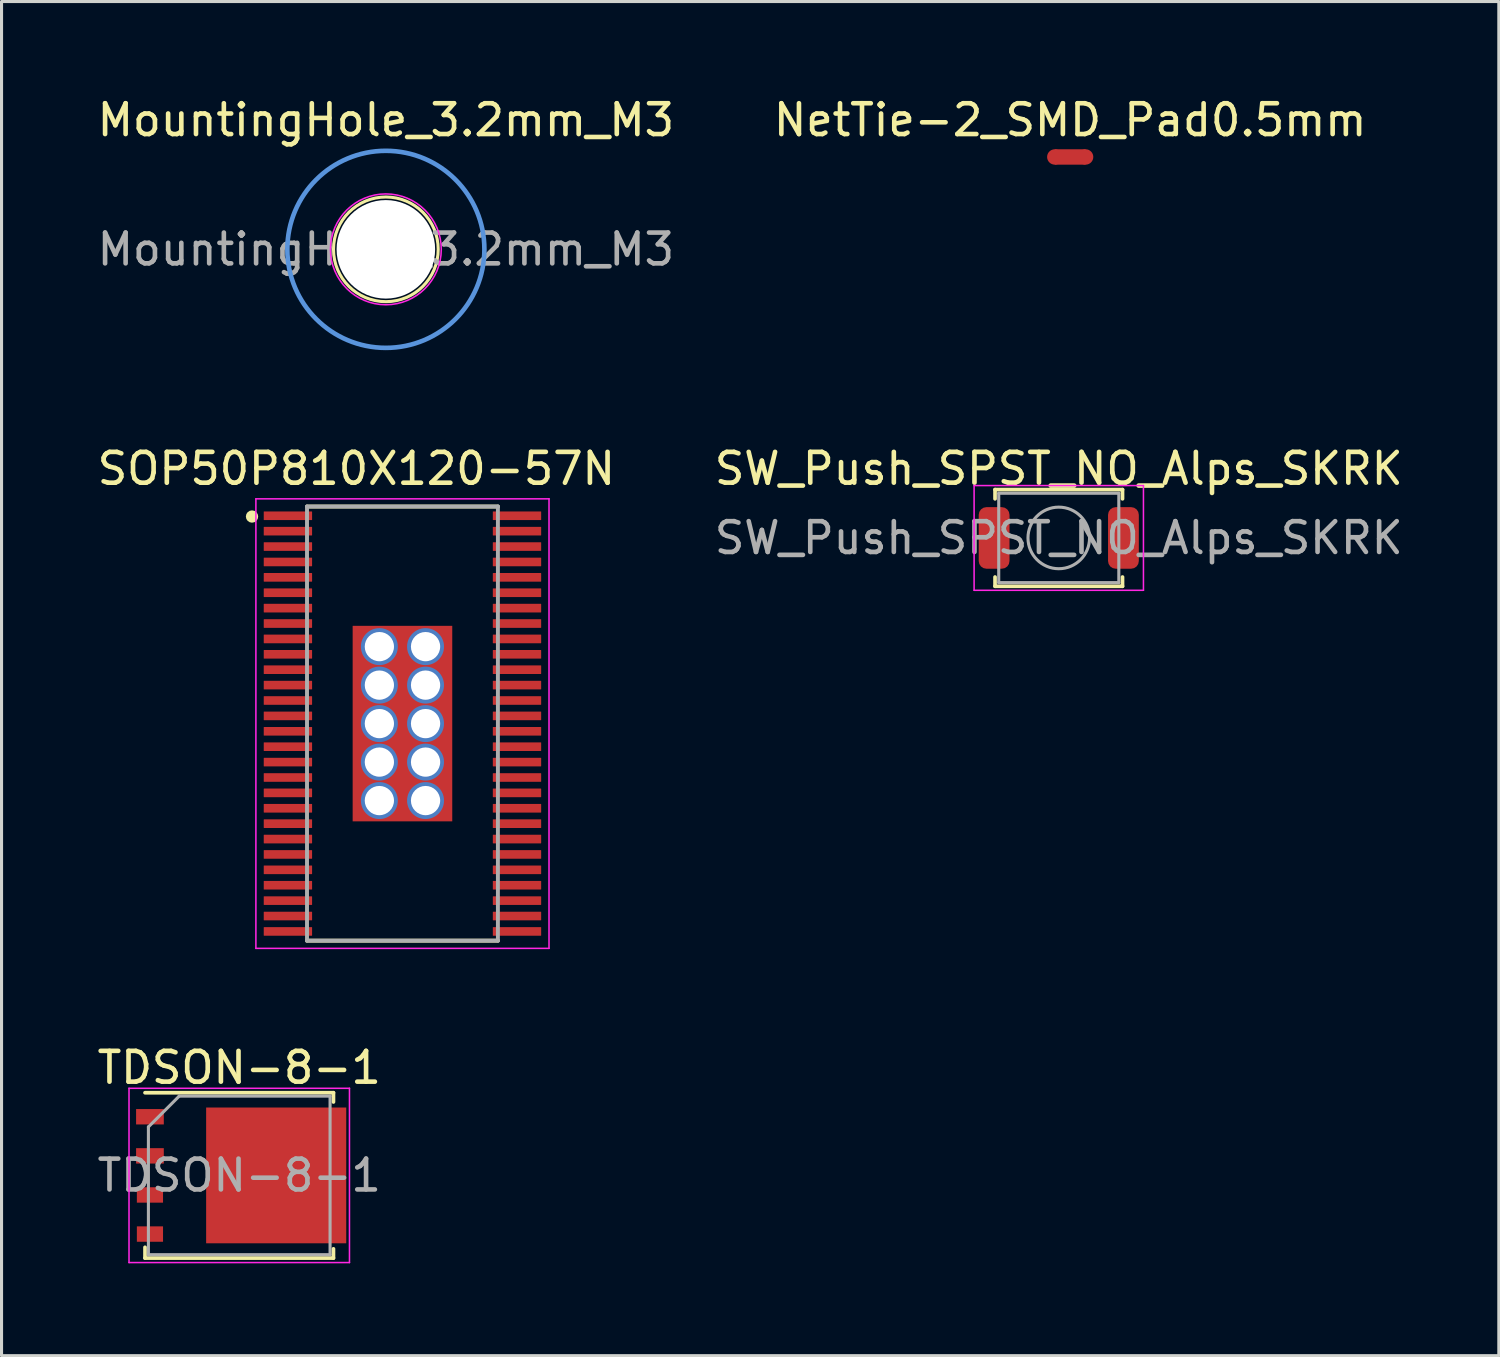
<source format=kicad_pcb>
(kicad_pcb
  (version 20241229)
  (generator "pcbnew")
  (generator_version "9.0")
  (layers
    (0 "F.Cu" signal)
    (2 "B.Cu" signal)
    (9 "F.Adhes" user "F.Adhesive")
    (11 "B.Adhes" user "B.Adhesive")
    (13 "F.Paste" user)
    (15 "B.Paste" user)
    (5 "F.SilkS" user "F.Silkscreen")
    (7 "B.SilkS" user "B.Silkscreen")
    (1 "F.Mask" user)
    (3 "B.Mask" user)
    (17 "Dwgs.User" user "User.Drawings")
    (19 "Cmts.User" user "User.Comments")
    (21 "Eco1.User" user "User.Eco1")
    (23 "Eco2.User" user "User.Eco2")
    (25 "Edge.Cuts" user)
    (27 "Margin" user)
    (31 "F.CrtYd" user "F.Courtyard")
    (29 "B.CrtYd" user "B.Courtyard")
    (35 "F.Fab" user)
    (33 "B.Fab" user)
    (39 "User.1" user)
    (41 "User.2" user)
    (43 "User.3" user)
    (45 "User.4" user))
  (footprint "MountingHole_3.2mm_M3"
    (layer "F.Cu")
    (at 9.482 5.048)
    (property "Reference" "MountingHole_3.2mm_M3" (at 0 -4.2 0) (layer "F.SilkS") (effects (font (size 1 1) (thickness 0.15))))
    (attr exclude_from_pos_files exclude_from_bom)
    (fp_circle (center 0 0) (end 1.7 0) (stroke (width 0.1) (type default)) (fill no) (layer "F.SilkS"))
    (fp_circle (center 0 0) (end 3.2 0) (stroke (width 0.15) (type solid)) (fill no) (layer "Cmts.User"))
    (fp_circle (center 0 0) (end 1.8 0) (stroke (width 0.05) (type solid)) (fill no) (layer "F.CrtYd"))
    (fp_text user "${REFERENCE}" (at 0 0 0) (layer "F.Fab") (effects (font (size 1 1) (thickness 0.15))))
    (pad "" np_thru_hole circle (at 0 0) (size 3.2 3.2) (drill 3.2) (layers "*.Cu" "*.Mask")))
  (footprint "TDSON-8-1"
    (layer "F.Cu")
    (at 4.72 35.125)
    (property "Reference" "TDSON-8-1" (at 0 -3.5 0) (layer "F.SilkS") (effects (font (size 1 1) (thickness 0.15))))
    (attr smd)
    (fp_line (start -3.06 2.335) (end -3.06 2.685) (stroke (width 0.12) (type solid)) (layer "F.SilkS"))
    (fp_line (start 3.06 -2.685) (end -3.06 -2.685) (stroke (width 0.12) (type solid)) (layer "F.SilkS"))
    (fp_line (start 3.06 -2.385) (end 3.06 -2.685) (stroke (width 0.12) (type solid)) (layer "F.SilkS"))
    (fp_line (start 3.06 2.385) (end 3.06 2.685) (stroke (width 0.12) (type solid)) (layer "F.SilkS"))
    (fp_line (start 3.06 2.685) (end -3.06 2.685) (stroke (width 0.12) (type solid)) (layer "F.SilkS"))
    (fp_line (start -3.58 -2.83) (end -3.58 2.83) (stroke (width 0.05) (type solid)) (layer "F.CrtYd"))
    (fp_line (start -3.58 2.83) (end 3.58 2.83) (stroke (width 0.05) (type solid)) (layer "F.CrtYd"))
    (fp_line (start 3.58 -2.83) (end -3.58 -2.83) (stroke (width 0.05) (type solid)) (layer "F.CrtYd"))
    (fp_line (start 3.58 2.83) (end 3.58 -2.83) (stroke (width 0.05) (type solid)) (layer "F.CrtYd"))
    (fp_line (start -2.95 2.575) (end -2.95 -1.575) (stroke (width 0.1) (type solid)) (layer "F.Fab"))
    (fp_line (start -1.95 -2.575) (end -2.95 -1.575) (stroke (width 0.1) (type solid)) (layer "F.Fab"))
    (fp_line (start -1.95 -2.575) (end 2.95 -2.575) (stroke (width 0.1) (type solid)) (layer "F.Fab"))
    (fp_line (start 2.95 -2.575) (end 2.95 2.575) (stroke (width 0.1) (type solid)) (layer "F.Fab"))
    (fp_line (start 2.95 2.575) (end -2.95 2.575) (stroke (width 0.1) (type solid)) (layer "F.Fab"))
    (fp_text user "${REFERENCE}" (at 0 0 0) (layer "F.Fab") (effects (font (size 1 1) (thickness 0.15))))
    (pad "" smd rect (at 0 -0.85) (size 1.3 1.5) (layers "F.Paste"))
    (pad "" smd rect (at 0 0.85) (size 1.3 1.5) (layers "F.Paste"))
    (pad "" smd custom (at 0.85 0) (size 3.75 4.41) (layers "F.Mask") (options (anchor rect)) (primitives (gr_poly (pts (xy 2.675 -1.605) (xy 1.875 -1.605) (xy 1.875 -2.205) (xy 2.675 -2.205)) (width 0) (fill yes)) (gr_poly (pts (xy 2.675 -0.335) (xy 1.875 -0.335) (xy 1.875 -0.935) (xy 2.675 -0.935)) (width 0) (fill yes)) (gr_poly (pts (xy 2.675 0.935) (xy 1.875 0.935) (xy 1.875 0.335) (xy 2.675 0.335)) (width 0) (fill yes)) (gr_poly (pts (xy 2.675 2.205) (xy 1.875 2.205) (xy 1.875 1.605) (xy 2.675 1.605)) (width 0) (fill yes))))
    (pad "" smd rect (at 1.7 -0.85) (size 1.3 1.5) (layers "F.Paste"))
    (pad "" smd rect (at 1.7 0.85) (size 1.3 1.5) (layers "F.Paste"))
    (pad "" smd rect (at 3 -1.905) (size 0.9 0.5) (layers "F.Paste"))
    (pad "" smd rect (at 3 -0.635) (size 0.95 0.5) (layers "F.Paste"))
    (pad "" smd rect (at 3 0.635) (size 0.95 0.5) (layers "F.Paste"))
    (pad "" smd rect (at 3 1.905) (size 0.95 0.5) (layers "F.Paste"))
    (pad "1" smd rect (at -2.9 -1.905) (size 0.9 0.5) (layers "F.Cu" "F.Mask" "F.Paste"))
    (pad "2" smd rect (at -2.9 -0.635) (size 0.9 0.5) (layers "F.Cu" "F.Mask" "F.Paste"))
    (pad "3" smd rect (at -2.9 0.635) (size 0.85 0.5) (layers "F.Cu" "F.Mask" "F.Paste"))
    (pad "4" smd rect (at -2.9 1.905) (size 0.85 0.5) (layers "F.Cu" "F.Mask" "F.Paste"))
    (pad "5" smd rect (at 1.2 0) (size 4.55 4.41) (layers "F.Cu")))
  (footprint "SW_Push_SPST_NO_Alps_SKRK"
    (layer "F.Cu")
    (at 31.337 14.421)
    (property "Reference" "SW_Push_SPST_NO_Alps_SKRK" (at 0 -2.25 0) (layer "F.SilkS") (effects (font (size 1 1) (thickness 0.15))))
    (attr smd)
    (fp_line (start -2.07 -1.57) (end 2.07 -1.57) (stroke (width 0.12) (type solid)) (layer "F.SilkS"))
    (fp_line (start -2.07 -1.27) (end -2.07 -1.57) (stroke (width 0.12) (type solid)) (layer "F.SilkS"))
    (fp_line (start -2.07 1.57) (end -2.07 1.27) (stroke (width 0.12) (type solid)) (layer "F.SilkS"))
    (fp_line (start 2.07 -1.57) (end 2.07 -1.27) (stroke (width 0.12) (type solid)) (layer "F.SilkS"))
    (fp_line (start 2.07 1.27) (end 2.07 1.57) (stroke (width 0.12) (type solid)) (layer "F.SilkS"))
    (fp_line (start 2.07 1.57) (end -2.07 1.57) (stroke (width 0.12) (type solid)) (layer "F.SilkS"))
    (fp_line (start -2.75 -1.7) (end 2.75 -1.7) (stroke (width 0.05) (type solid)) (layer "F.CrtYd"))
    (fp_line (start -2.75 1.7) (end -2.75 -1.7) (stroke (width 0.05) (type solid)) (layer "F.CrtYd"))
    (fp_line (start 2.75 -1.7) (end 2.75 1.7) (stroke (width 0.05) (type solid)) (layer "F.CrtYd"))
    (fp_line (start 2.75 1.7) (end -2.75 1.7) (stroke (width 0.05) (type solid)) (layer "F.CrtYd"))
    (fp_line (start -1.95 -1.45) (end 1.95 -1.45) (stroke (width 0.1) (type solid)) (layer "F.Fab"))
    (fp_line (start -1.95 1.45) (end -1.95 -1.45) (stroke (width 0.1) (type solid)) (layer "F.Fab"))
    (fp_line (start 1.95 -1.45) (end 1.95 1.45) (stroke (width 0.1) (type solid)) (layer "F.Fab"))
    (fp_line (start 1.95 1.45) (end -1.95 1.45) (stroke (width 0.1) (type solid)) (layer "F.Fab"))
    (fp_circle (center 0 0) (end 1 0) (stroke (width 0.1) (type solid)) (fill no) (layer "F.Fab"))
    (fp_text user "${REFERENCE}" (at 0 0 0) (layer "F.Fab") (effects (font (size 1 1) (thickness 0.15))))
    (pad "1" smd roundrect (at -2.1 0) (size 1 2) (layers "F.Cu" "F.Mask" "F.Paste") (roundrect_rratio 0.25))
    (pad "2" smd roundrect (at 2.1 0) (size 1 2) (layers "F.Cu" "F.Mask" "F.Paste") (roundrect_rratio 0.25)))
  (footprint "NetTie-2_SMD_Pad0.5mm"
    (layer "F.Cu")
    (at 31.708 2.048)
    (property "Reference" "NetTie-2_SMD_Pad0.5mm" (at 0 -1.2 0) (layer "F.SilkS") (effects (font (size 1 1) (thickness 0.15))))
    (attr exclude_from_pos_files exclude_from_bom)
    (fp_poly (pts (xy -0.5 -0.25) (xy 0.5 -0.25) (xy 0.5 0.25) (xy -0.5 0.25)) (stroke (width 0) (type solid)) (fill yes) (layer "F.Cu"))
    (pad "1" smd circle (at -0.5 0) (size 0.5 0.5) (layers "F.Cu"))
    (pad "2" smd circle (at 0.5 0) (size 0.5 0.5) (layers "F.Cu")))
  (footprint "SOP50P810X120-57N"
    (layer "F.Cu")
    (at 10.021 20.451)
    (property "Reference" "SOP50P810X120-57N" (at -1.498 -8.279 0) (layer "F.SilkS") (effects (font (size 1.002 1.002) (thickness 0.15))))
    (attr smd)
    (fp_line (start -3.1 -7.05) (end 3.1 -7.05) (stroke (width 0.127) (type solid)) (layer "F.SilkS"))
    (fp_line (start -3.1 7.05) (end 3.1 7.05) (stroke (width 0.127) (type solid)) (layer "F.SilkS"))
    (fp_circle (center -4.886 -6.725) (end -4.786 -6.725) (stroke (width 0.2) (type solid)) (fill no) (layer "F.SilkS"))
    (fp_poly (pts (xy -1.024 -2) (xy 1.023 -2) (xy 1.023 2.003) (xy -1.024 2.003)) (stroke (width 0.01) (type solid)) (fill yes) (layer "F.Paste"))
    (fp_line (start -4.76 -7.3) (end -4.76 7.3) (stroke (width 0.05) (type solid)) (layer "F.CrtYd"))
    (fp_line (start -4.76 -7.3) (end 4.76 -7.3) (stroke (width 0.05) (type solid)) (layer "F.CrtYd"))
    (fp_line (start -4.76 7.3) (end 4.76 7.3) (stroke (width 0.05) (type solid)) (layer "F.CrtYd"))
    (fp_line (start 4.76 -7.3) (end 4.76 7.3) (stroke (width 0.05) (type solid)) (layer "F.CrtYd"))
    (fp_line (start -3.1 -7.05) (end -3.1 7.05) (stroke (width 0.127) (type solid)) (layer "F.Fab"))
    (fp_line (start -3.1 -7.05) (end 3.1 -7.05) (stroke (width 0.127) (type solid)) (layer "F.Fab"))
    (fp_line (start -3.1 7.05) (end 3.1 7.05) (stroke (width 0.127) (type solid)) (layer "F.Fab"))
    (fp_line (start 3.1 -7.05) (end 3.1 7.05) (stroke (width 0.127) (type solid)) (layer "F.Fab"))
    (pad "1" smd roundrect (at -3.72 -6.75) (size 1.57 0.28) (layers "F.Cu" "F.Mask" "F.Paste") (roundrect_rratio 0.04))
    (pad "2" smd roundrect (at -3.72 -6.25) (size 1.57 0.28) (layers "F.Cu" "F.Mask" "F.Paste") (roundrect_rratio 0.04))
    (pad "3" smd roundrect (at -3.72 -5.75) (size 1.57 0.28) (layers "F.Cu" "F.Mask" "F.Paste") (roundrect_rratio 0.04))
    (pad "4" smd roundrect (at -3.72 -5.25) (size 1.57 0.28) (layers "F.Cu" "F.Mask" "F.Paste") (roundrect_rratio 0.04))
    (pad "5" smd roundrect (at -3.72 -4.75) (size 1.57 0.28) (layers "F.Cu" "F.Mask" "F.Paste") (roundrect_rratio 0.04))
    (pad "6" smd roundrect (at -3.72 -4.25) (size 1.57 0.28) (layers "F.Cu" "F.Mask" "F.Paste") (roundrect_rratio 0.04))
    (pad "7" smd roundrect (at -3.72 -3.75) (size 1.57 0.28) (layers "F.Cu" "F.Mask" "F.Paste") (roundrect_rratio 0.04))
    (pad "8" smd roundrect (at -3.72 -3.25) (size 1.57 0.28) (layers "F.Cu" "F.Mask" "F.Paste") (roundrect_rratio 0.04))
    (pad "9" smd roundrect (at -3.72 -2.75) (size 1.57 0.28) (layers "F.Cu" "F.Mask" "F.Paste") (roundrect_rratio 0.04))
    (pad "10" smd roundrect (at -3.72 -2.25) (size 1.57 0.28) (layers "F.Cu" "F.Mask" "F.Paste") (roundrect_rratio 0.04))
    (pad "11" smd roundrect (at -3.72 -1.75) (size 1.57 0.28) (layers "F.Cu" "F.Mask" "F.Paste") (roundrect_rratio 0.04))
    (pad "12" smd roundrect (at -3.72 -1.25) (size 1.57 0.28) (layers "F.Cu" "F.Mask" "F.Paste") (roundrect_rratio 0.04))
    (pad "13" smd roundrect (at -3.72 -0.75) (size 1.57 0.28) (layers "F.Cu" "F.Mask" "F.Paste") (roundrect_rratio 0.04))
    (pad "14" smd roundrect (at -3.72 -0.25) (size 1.57 0.28) (layers "F.Cu" "F.Mask" "F.Paste") (roundrect_rratio 0.04))
    (pad "15" smd roundrect (at -3.72 0.25) (size 1.57 0.28) (layers "F.Cu" "F.Mask" "F.Paste") (roundrect_rratio 0.04))
    (pad "16" smd roundrect (at -3.72 0.75) (size 1.57 0.28) (layers "F.Cu" "F.Mask" "F.Paste") (roundrect_rratio 0.04))
    (pad "17" smd roundrect (at -3.72 1.25) (size 1.57 0.28) (layers "F.Cu" "F.Mask" "F.Paste") (roundrect_rratio 0.04))
    (pad "18" smd roundrect (at -3.72 1.75) (size 1.57 0.28) (layers "F.Cu" "F.Mask" "F.Paste") (roundrect_rratio 0.04))
    (pad "19" smd roundrect (at -3.72 2.25) (size 1.57 0.28) (layers "F.Cu" "F.Mask" "F.Paste") (roundrect_rratio 0.04))
    (pad "20" smd roundrect (at -3.72 2.75) (size 1.57 0.28) (layers "F.Cu" "F.Mask" "F.Paste") (roundrect_rratio 0.04))
    (pad "21" smd roundrect (at -3.72 3.25) (size 1.57 0.28) (layers "F.Cu" "F.Mask" "F.Paste") (roundrect_rratio 0.04))
    (pad "22" smd roundrect (at -3.72 3.75) (size 1.57 0.28) (layers "F.Cu" "F.Mask" "F.Paste") (roundrect_rratio 0.04))
    (pad "23" smd roundrect (at -3.72 4.25) (size 1.57 0.28) (layers "F.Cu" "F.Mask" "F.Paste") (roundrect_rratio 0.04))
    (pad "24" smd roundrect (at -3.72 4.75) (size 1.57 0.28) (layers "F.Cu" "F.Mask" "F.Paste") (roundrect_rratio 0.04))
    (pad "25" smd roundrect (at -3.72 5.25) (size 1.57 0.28) (layers "F.Cu" "F.Mask" "F.Paste") (roundrect_rratio 0.04))
    (pad "26" smd roundrect (at -3.72 5.75) (size 1.57 0.28) (layers "F.Cu" "F.Mask" "F.Paste") (roundrect_rratio 0.04))
    (pad "27" smd roundrect (at -3.72 6.25) (size 1.57 0.28) (layers "F.Cu" "F.Mask" "F.Paste") (roundrect_rratio 0.04))
    (pad "28" smd roundrect (at -3.72 6.75) (size 1.57 0.28) (layers "F.Cu" "F.Mask" "F.Paste") (roundrect_rratio 0.04))
    (pad "29" smd roundrect (at 3.72 6.75) (size 1.57 0.28) (layers "F.Cu" "F.Mask" "F.Paste") (roundrect_rratio 0.04))
    (pad "30" smd roundrect (at 3.72 6.25) (size 1.57 0.28) (layers "F.Cu" "F.Mask" "F.Paste") (roundrect_rratio 0.04))
    (pad "31" smd roundrect (at 3.72 5.75) (size 1.57 0.28) (layers "F.Cu" "F.Mask" "F.Paste") (roundrect_rratio 0.04))
    (pad "32" smd roundrect (at 3.72 5.25) (size 1.57 0.28) (layers "F.Cu" "F.Mask" "F.Paste") (roundrect_rratio 0.04))
    (pad "33" smd roundrect (at 3.72 4.75) (size 1.57 0.28) (layers "F.Cu" "F.Mask" "F.Paste") (roundrect_rratio 0.04))
    (pad "34" smd roundrect (at 3.72 4.25) (size 1.57 0.28) (layers "F.Cu" "F.Mask" "F.Paste") (roundrect_rratio 0.04))
    (pad "35" smd roundrect (at 3.72 3.75) (size 1.57 0.28) (layers "F.Cu" "F.Mask" "F.Paste") (roundrect_rratio 0.04))
    (pad "36" smd roundrect (at 3.72 3.25) (size 1.57 0.28) (layers "F.Cu" "F.Mask" "F.Paste") (roundrect_rratio 0.04))
    (pad "37" smd roundrect (at 3.72 2.75) (size 1.57 0.28) (layers "F.Cu" "F.Mask" "F.Paste") (roundrect_rratio 0.04))
    (pad "38" smd roundrect (at 3.72 2.25) (size 1.57 0.28) (layers "F.Cu" "F.Mask" "F.Paste") (roundrect_rratio 0.04))
    (pad "39" smd roundrect (at 3.72 1.75) (size 1.57 0.28) (layers "F.Cu" "F.Mask" "F.Paste") (roundrect_rratio 0.04))
    (pad "40" smd roundrect (at 3.72 1.25) (size 1.57 0.28) (layers "F.Cu" "F.Mask" "F.Paste") (roundrect_rratio 0.04))
    (pad "41" smd roundrect (at 3.72 0.75) (size 1.57 0.28) (layers "F.Cu" "F.Mask" "F.Paste") (roundrect_rratio 0.04))
    (pad "42" smd roundrect (at 3.72 0.25) (size 1.57 0.28) (layers "F.Cu" "F.Mask" "F.Paste") (roundrect_rratio 0.04))
    (pad "43" smd roundrect (at 3.72 -0.25) (size 1.57 0.28) (layers "F.Cu" "F.Mask" "F.Paste") (roundrect_rratio 0.04))
    (pad "44" smd roundrect (at 3.72 -0.75) (size 1.57 0.28) (layers "F.Cu" "F.Mask" "F.Paste") (roundrect_rratio 0.04))
    (pad "45" smd roundrect (at 3.72 -1.25) (size 1.57 0.28) (layers "F.Cu" "F.Mask" "F.Paste") (roundrect_rratio 0.04))
    (pad "46" smd roundrect (at 3.72 -1.75) (size 1.57 0.28) (layers "F.Cu" "F.Mask" "F.Paste") (roundrect_rratio 0.04))
    (pad "47" smd roundrect (at 3.72 -2.25) (size 1.57 0.28) (layers "F.Cu" "F.Mask" "F.Paste") (roundrect_rratio 0.04))
    (pad "48" smd roundrect (at 3.72 -2.75) (size 1.57 0.28) (layers "F.Cu" "F.Mask" "F.Paste") (roundrect_rratio 0.04))
    (pad "49" smd roundrect (at 3.72 -3.25) (size 1.57 0.28) (layers "F.Cu" "F.Mask" "F.Paste") (roundrect_rratio 0.04))
    (pad "50" smd roundrect (at 3.72 -3.75) (size 1.57 0.28) (layers "F.Cu" "F.Mask" "F.Paste") (roundrect_rratio 0.04))
    (pad "51" smd roundrect (at 3.72 -4.25) (size 1.57 0.28) (layers "F.Cu" "F.Mask" "F.Paste") (roundrect_rratio 0.04))
    (pad "52" smd roundrect (at 3.72 -4.75) (size 1.57 0.28) (layers "F.Cu" "F.Mask" "F.Paste") (roundrect_rratio 0.04))
    (pad "53" smd roundrect (at 3.72 -5.25) (size 1.57 0.28) (layers "F.Cu" "F.Mask" "F.Paste") (roundrect_rratio 0.04))
    (pad "54" smd roundrect (at 3.72 -5.75) (size 1.57 0.28) (layers "F.Cu" "F.Mask" "F.Paste") (roundrect_rratio 0.04))
    (pad "55" smd roundrect (at 3.72 -6.25) (size 1.57 0.28) (layers "F.Cu" "F.Mask" "F.Paste") (roundrect_rratio 0.04))
    (pad "56" smd roundrect (at 3.72 -6.75) (size 1.57 0.28) (layers "F.Cu" "F.Mask" "F.Paste") (roundrect_rratio 0.04))
    (pad "57" thru_hole circle (at -0.75 -2.5) (size 1.2 1.2) (drill 0.95) (layers "*.Cu" "*.Mask"))
    (pad "57" thru_hole circle (at -0.75 -1.25) (size 1.2 1.2) (drill 0.95) (layers "*.Cu" "*.Mask"))
    (pad "57" thru_hole circle (at -0.75 0) (size 1.2 1.2) (drill 0.95) (layers "*.Cu" "*.Mask"))
    (pad "57" thru_hole circle (at -0.75 1.25) (size 1.2 1.2) (drill 0.95) (layers "*.Cu" "*.Mask"))
    (pad "57" thru_hole circle (at -0.75 2.5) (size 1.2 1.2) (drill 0.95) (layers "*.Cu" "*.Mask"))
    (pad "57" smd rect (at 0 0) (size 3.235 6.35) (layers "F.Cu" "F.Mask"))
    (pad "57" thru_hole circle (at 0.75 -2.5) (size 1.2 1.2) (drill 0.95) (layers "*.Cu" "*.Mask"))
    (pad "57" thru_hole circle (at 0.75 -1.25) (size 1.2 1.2) (drill 0.95) (layers "*.Cu" "*.Mask"))
    (pad "57" thru_hole circle (at 0.75 0) (size 1.2 1.2) (drill 0.95) (layers "*.Cu" "*.Mask"))
    (pad "57" thru_hole circle (at 0.75 1.25) (size 1.2 1.2) (drill 0.95) (layers "*.Cu" "*.Mask"))
    (pad "57" thru_hole circle (at 0.75 2.5) (size 1.2 1.2) (drill 0.95) (layers "*.Cu" "*.Mask")))
  (gr_rect
    (start -3 -3)
    (end 45.629 40.98)
    (stroke (width 0.1) (type default))
    (fill no)
    (layer "Edge.Cuts")))
</source>
